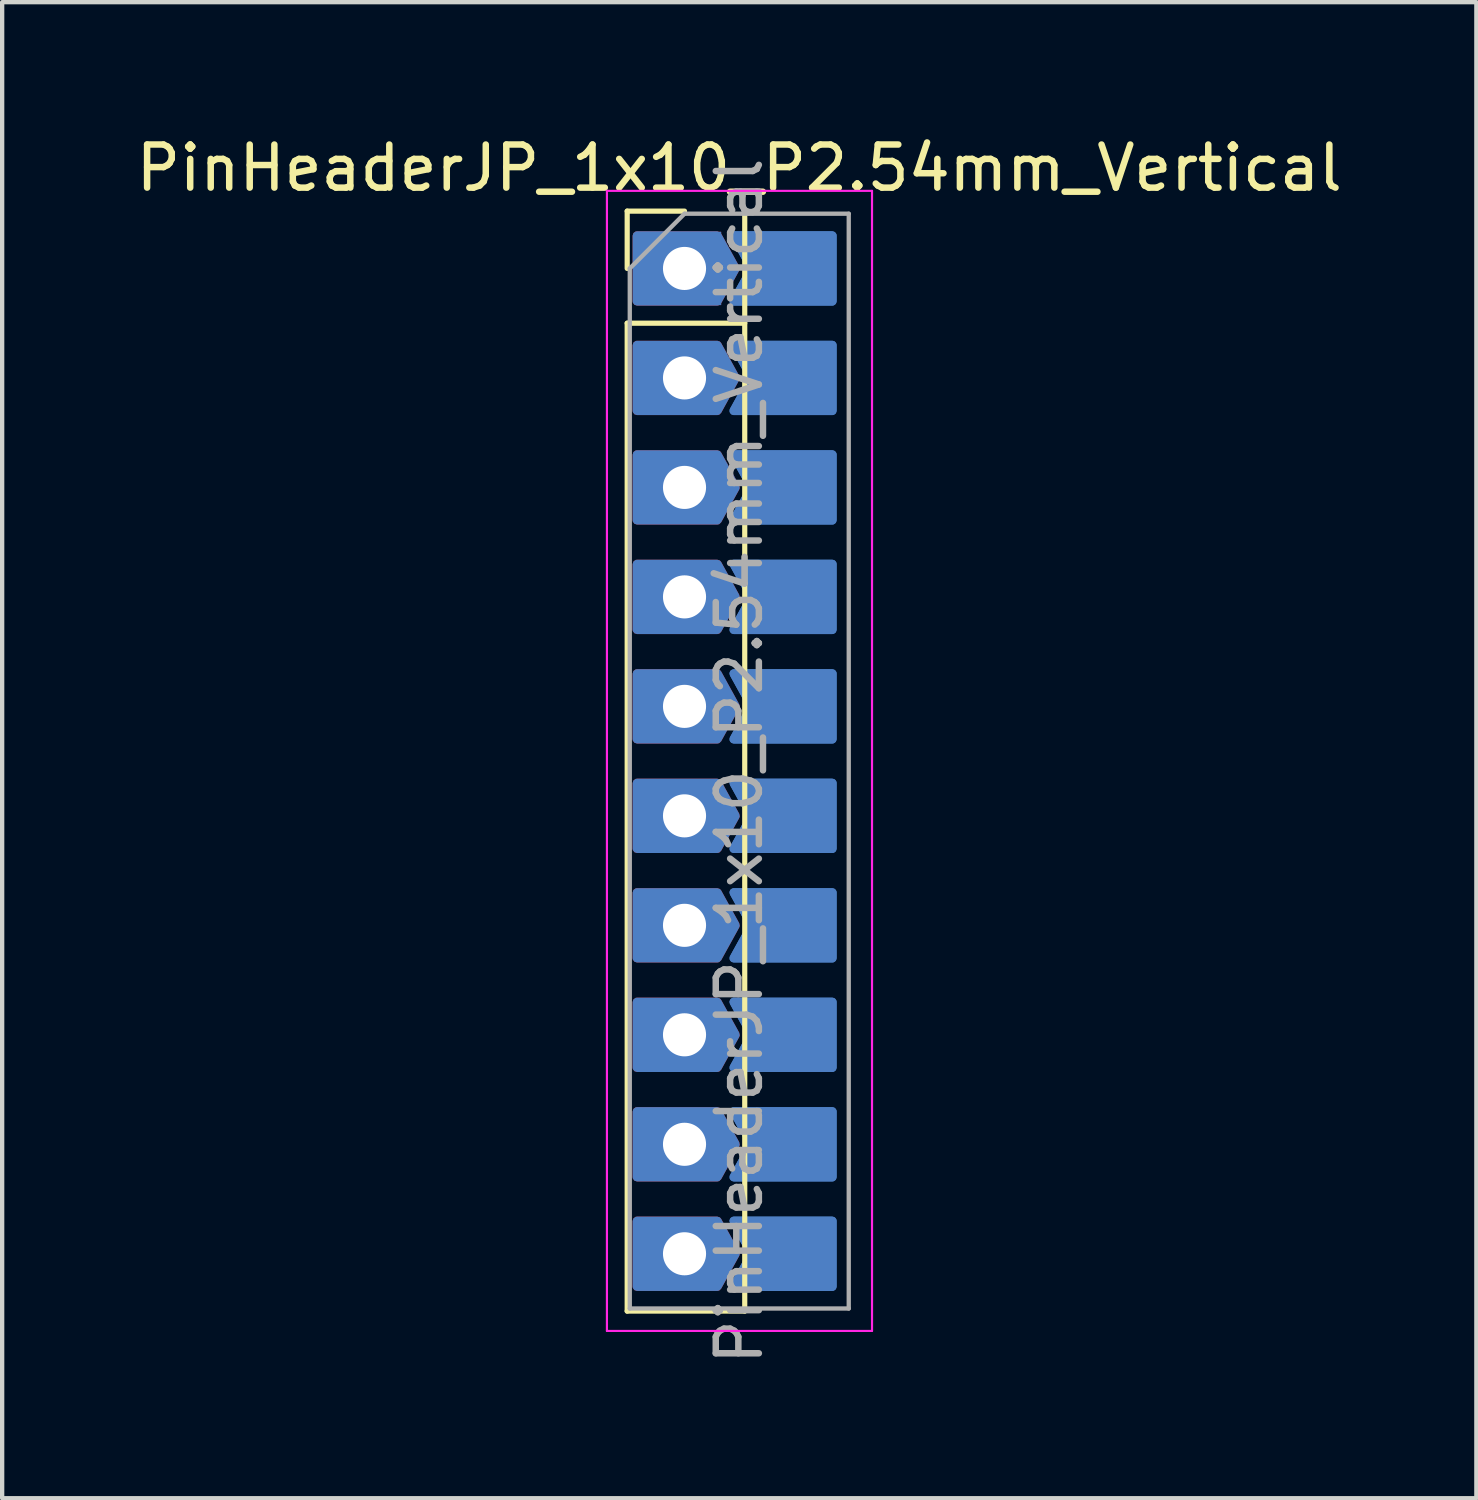
<source format=kicad_pcb>
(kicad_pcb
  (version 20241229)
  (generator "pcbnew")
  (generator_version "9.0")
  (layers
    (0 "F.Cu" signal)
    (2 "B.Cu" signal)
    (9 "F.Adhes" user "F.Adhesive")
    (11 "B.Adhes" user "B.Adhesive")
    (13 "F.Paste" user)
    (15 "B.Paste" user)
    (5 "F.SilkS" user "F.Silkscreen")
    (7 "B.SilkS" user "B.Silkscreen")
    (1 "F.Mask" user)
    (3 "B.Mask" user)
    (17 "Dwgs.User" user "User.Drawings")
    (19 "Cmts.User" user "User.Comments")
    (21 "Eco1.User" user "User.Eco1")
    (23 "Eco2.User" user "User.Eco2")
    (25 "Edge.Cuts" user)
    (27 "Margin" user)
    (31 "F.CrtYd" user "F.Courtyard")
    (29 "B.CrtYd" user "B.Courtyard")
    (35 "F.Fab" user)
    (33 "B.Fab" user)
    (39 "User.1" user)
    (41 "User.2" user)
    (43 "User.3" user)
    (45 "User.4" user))
  (footprint "PinHeaderJP_1x10_P2.54mm_Vertical"
    (layer "F.Cu")
    (at 12.831 3.178)
    (property "Reference" "PinHeaderJP_1x10_P2.54mm_Vertical" (at 1.27 -2.33 0) (layer "F.SilkS") (effects (font (size 1 1) (thickness 0.15))))
    (attr through_hole)
    (fp_poly (pts (xy 1.143 -0.762) (xy 1.563 0) (xy 1.143 0.762) (xy 3.429 0.762) (xy 3.429 -0.762)) (stroke (width 0.2) (type solid)) (fill yes) (layer "B.Cu"))
    (fp_poly (pts (xy 1.143 1.778) (xy 1.563 2.54) (xy 1.143 3.302) (xy 3.429 3.302) (xy 3.429 1.778)) (stroke (width 0.2) (type solid)) (fill yes) (layer "B.Cu"))
    (fp_poly (pts (xy 1.143 4.318) (xy 1.563 5.08) (xy 1.143 5.842) (xy 3.429 5.842) (xy 3.429 4.318)) (stroke (width 0.2) (type solid)) (fill yes) (layer "B.Cu"))
    (fp_poly (pts (xy 1.143 6.858) (xy 1.563 7.62) (xy 1.143 8.382) (xy 3.429 8.382) (xy 3.429 6.858)) (stroke (width 0.2) (type solid)) (fill yes) (layer "B.Cu"))
    (fp_poly (pts (xy 1.143 9.398) (xy 1.563 10.16) (xy 1.143 10.922) (xy 3.429 10.922) (xy 3.429 9.398)) (stroke (width 0.2) (type solid)) (fill yes) (layer "B.Cu"))
    (fp_poly (pts (xy 1.143 11.938) (xy 1.563 12.7) (xy 1.143 13.462) (xy 3.429 13.462) (xy 3.429 11.938)) (stroke (width 0.2) (type solid)) (fill yes) (layer "B.Cu"))
    (fp_poly (pts (xy 1.143 14.478) (xy 1.563 15.24) (xy 1.143 16.002) (xy 3.429 16.002) (xy 3.429 14.478)) (stroke (width 0.2) (type solid)) (fill yes) (layer "B.Cu"))
    (fp_poly (pts (xy 1.143 17.018) (xy 1.563 17.78) (xy 1.143 18.542) (xy 3.429 18.542) (xy 3.429 17.018)) (stroke (width 0.2) (type solid)) (fill yes) (layer "B.Cu"))
    (fp_poly (pts (xy 1.143 19.558) (xy 1.563 20.32) (xy 1.143 21.082) (xy 3.429 21.082) (xy 3.429 19.558)) (stroke (width 0.2) (type solid)) (fill yes) (layer "B.Cu"))
    (fp_poly (pts (xy 1.143 22.098) (xy 1.563 22.86) (xy 1.143 23.622) (xy 3.429 23.622) (xy 3.429 22.098)) (stroke (width 0.2) (type solid)) (fill yes) (layer "B.Cu"))
    (fp_line (start -1.33 -1.33) (end 0 -1.33) (stroke (width 0.12) (type solid)) (layer "F.SilkS"))
    (fp_line (start -1.33 0) (end -1.33 -1.33) (stroke (width 0.12) (type solid)) (layer "F.SilkS"))
    (fp_line (start -1.33 1.27) (end -1.33 24.19) (stroke (width 0.12) (type solid)) (layer "F.SilkS"))
    (fp_line (start -1.33 1.27) (end 1.397 1.27) (stroke (width 0.12) (type solid)) (layer "F.SilkS"))
    (fp_line (start -1.33 24.19) (end 1.397 24.19) (stroke (width 0.12) (type solid)) (layer "F.SilkS"))
    (fp_line (start 1.397 -1.33) (end 1.397 24.19) (stroke (width 0.12) (type solid)) (layer "F.SilkS"))
    (fp_line (start -1.8 -1.8) (end -1.8 24.65) (stroke (width 0.05) (type solid)) (layer "F.CrtYd"))
    (fp_line (start -1.8 24.65) (end 4.35 24.65) (stroke (width 0.05) (type solid)) (layer "F.CrtYd"))
    (fp_line (start 4.35 -1.8) (end -1.8 -1.8) (stroke (width 0.05) (type solid)) (layer "F.CrtYd"))
    (fp_line (start 4.35 24.65) (end 4.35 -1.8) (stroke (width 0.05) (type solid)) (layer "F.CrtYd"))
    (fp_line (start -1.27 0) (end 0 -1.27) (stroke (width 0.1) (type solid)) (layer "F.Fab"))
    (fp_line (start -1.27 24.13) (end -1.27 0) (stroke (width 0.1) (type solid)) (layer "F.Fab"))
    (fp_line (start 0 -1.27) (end 3.81 -1.27) (stroke (width 0.1) (type solid)) (layer "F.Fab"))
    (fp_line (start 3.81 -1.27) (end 3.81 24.13) (stroke (width 0.1) (type solid)) (layer "F.Fab"))
    (fp_line (start 3.81 24.13) (end -1.27 24.13) (stroke (width 0.1) (type solid)) (layer "F.Fab"))
    (fp_text user "${REFERENCE}" (at 1.27 11.43 90) (layer "F.Fab") (effects (font (size 1 1) (thickness 0.15))))
    (pad "1" thru_hole custom (at 0 0) (size 1.7 1.7) (drill 1) (layers "*.Cu" "*.Mask") (options (anchor rect)) (primitives (gr_poly (pts (xy -1.104 -0.762) (xy -1.104 0.762) (xy 0.762 0.762) (xy 1.182 0) (xy 0.762 -0.762)) (width 0.2) (fill yes))))
    (pad "2" smd custom (at 2.413 0) (size 1.7 1.7) (layers "B.Cu" "B.Mask" "B.Paste") (options (anchor circle)) (primitives (gr_poly (pts (xy 0.85 0) (xy 0.831 -0.177) (xy 0.777 -0.346) (xy 0.688 -0.5) (xy 0.569 -0.632) (xy 0.425 -0.736) (xy 0.263 -0.808) (xy 0.089 -0.845) (xy -0.089 -0.845) (xy -0.263 -0.808) (xy -0.425 -0.736) (xy -0.569 -0.632) (xy -0.688 -0.5) (xy -0.777 -0.346) (xy -0.831 -0.177) (xy -0.85 0) (xy -0.831 0.177) (xy -0.777 0.346) (xy -0.688 0.5) (xy -0.569 0.632) (xy -0.425 0.736) (xy -0.263 0.808) (xy -0.089 0.845) (xy 0.089 0.845) (xy 0.263 0.808) (xy 0.425 0.736) (xy 0.569 0.632) (xy 0.688 0.5) (xy 0.777 0.346) (xy 0.831 0.177) (xy 0.85 0)) (width 0) (fill yes)) (gr_poly (pts (xy -1.27 -0.762) (xy -0.85 0) (xy -1.27 0.762) (xy 1.016 0.762) (xy 1.016 -0.762)) (width 0.2) (fill yes))))
    (pad "3" thru_hole custom (at 0 2.54) (size 1.7 1.7) (drill 1) (layers "*.Cu" "*.Mask") (options (anchor circle)) (primitives (gr_poly (pts (xy 0.85 0) (xy 0.831 -0.177) (xy 0.777 -0.346) (xy 0.688 -0.5) (xy 0.569 -0.632) (xy 0.425 -0.736) (xy 0.263 -0.808) (xy 0.089 -0.845) (xy -0.089 -0.845) (xy -0.263 -0.808) (xy -0.425 -0.736) (xy -0.569 -0.632) (xy -0.688 -0.5) (xy -0.777 -0.346) (xy -0.831 -0.177) (xy -0.85 0) (xy -0.831 0.177) (xy -0.777 0.346) (xy -0.688 0.5) (xy -0.569 0.632) (xy -0.425 0.736) (xy -0.263 0.808) (xy -0.089 0.845) (xy 0.089 0.845) (xy 0.263 0.808) (xy 0.425 0.736) (xy 0.569 0.632) (xy 0.688 0.5) (xy 0.777 0.346) (xy 0.831 0.177) (xy 0.85 0)) (width 0) (fill yes)) (gr_poly (pts (xy -1.104 -0.762) (xy -1.104 0.762) (xy 0.762 0.762) (xy 1.182 0) (xy 0.762 -0.762)) (width 0.2) (fill yes))))
    (pad "4" smd custom (at 2.413 2.54) (size 1.7 1.7) (layers "B.Cu" "B.Mask" "B.Paste") (options (anchor circle)) (primitives (gr_poly (pts (xy 0.85 0) (xy 0.831 -0.177) (xy 0.777 -0.346) (xy 0.688 -0.5) (xy 0.569 -0.632) (xy 0.425 -0.736) (xy 0.263 -0.808) (xy 0.089 -0.845) (xy -0.089 -0.845) (xy -0.263 -0.808) (xy -0.425 -0.736) (xy -0.569 -0.632) (xy -0.688 -0.5) (xy -0.777 -0.346) (xy -0.831 -0.177) (xy -0.85 0) (xy -0.831 0.177) (xy -0.777 0.346) (xy -0.688 0.5) (xy -0.569 0.632) (xy -0.425 0.736) (xy -0.263 0.808) (xy -0.089 0.845) (xy 0.089 0.845) (xy 0.263 0.808) (xy 0.425 0.736) (xy 0.569 0.632) (xy 0.688 0.5) (xy 0.777 0.346) (xy 0.831 0.177) (xy 0.85 0)) (width 0) (fill yes)) (gr_poly (pts (xy -1.27 -0.762) (xy -0.85 0) (xy -1.27 0.762) (xy 1.016 0.762) (xy 1.016 -0.762)) (width 0.2) (fill yes))))
    (pad "5" thru_hole custom (at 0 5.08) (size 1.7 1.7) (drill 1) (layers "*.Cu" "*.Mask") (options (anchor circle)) (primitives (gr_poly (pts (xy 0.85 0) (xy 0.831 -0.177) (xy 0.777 -0.346) (xy 0.688 -0.5) (xy 0.569 -0.632) (xy 0.425 -0.736) (xy 0.263 -0.808) (xy 0.089 -0.845) (xy -0.089 -0.845) (xy -0.263 -0.808) (xy -0.425 -0.736) (xy -0.569 -0.632) (xy -0.688 -0.5) (xy -0.777 -0.346) (xy -0.831 -0.177) (xy -0.85 0) (xy -0.831 0.177) (xy -0.777 0.346) (xy -0.688 0.5) (xy -0.569 0.632) (xy -0.425 0.736) (xy -0.263 0.808) (xy -0.089 0.845) (xy 0.089 0.845) (xy 0.263 0.808) (xy 0.425 0.736) (xy 0.569 0.632) (xy 0.688 0.5) (xy 0.777 0.346) (xy 0.831 0.177) (xy 0.85 0)) (width 0) (fill yes)) (gr_poly (pts (xy -1.104 -0.762) (xy -1.104 0.762) (xy 0.762 0.762) (xy 1.182 0) (xy 0.762 -0.762)) (width 0.2) (fill yes))))
    (pad "6" smd custom (at 2.413 5.08) (size 1.7 1.7) (layers "B.Cu" "B.Mask" "B.Paste") (options (anchor circle)) (primitives (gr_poly (pts (xy 0.85 0) (xy 0.831 -0.177) (xy 0.777 -0.346) (xy 0.688 -0.5) (xy 0.569 -0.632) (xy 0.425 -0.736) (xy 0.263 -0.808) (xy 0.089 -0.845) (xy -0.089 -0.845) (xy -0.263 -0.808) (xy -0.425 -0.736) (xy -0.569 -0.632) (xy -0.688 -0.5) (xy -0.777 -0.346) (xy -0.831 -0.177) (xy -0.85 0) (xy -0.831 0.177) (xy -0.777 0.346) (xy -0.688 0.5) (xy -0.569 0.632) (xy -0.425 0.736) (xy -0.263 0.808) (xy -0.089 0.845) (xy 0.089 0.845) (xy 0.263 0.808) (xy 0.425 0.736) (xy 0.569 0.632) (xy 0.688 0.5) (xy 0.777 0.346) (xy 0.831 0.177) (xy 0.85 0)) (width 0) (fill yes)) (gr_poly (pts (xy -1.27 -0.762) (xy -0.85 0) (xy -1.27 0.762) (xy 1.016 0.762) (xy 1.016 -0.762)) (width 0.2) (fill yes))))
    (pad "7" thru_hole custom (at 0 7.62) (size 1.7 1.7) (drill 1) (layers "*.Cu" "*.Mask") (options (anchor circle)) (primitives (gr_poly (pts (xy 0.85 0) (xy 0.831 -0.177) (xy 0.777 -0.346) (xy 0.688 -0.5) (xy 0.569 -0.632) (xy 0.425 -0.736) (xy 0.263 -0.808) (xy 0.089 -0.845) (xy -0.089 -0.845) (xy -0.263 -0.808) (xy -0.425 -0.736) (xy -0.569 -0.632) (xy -0.688 -0.5) (xy -0.777 -0.346) (xy -0.831 -0.177) (xy -0.85 0) (xy -0.831 0.177) (xy -0.777 0.346) (xy -0.688 0.5) (xy -0.569 0.632) (xy -0.425 0.736) (xy -0.263 0.808) (xy -0.089 0.845) (xy 0.089 0.845) (xy 0.263 0.808) (xy 0.425 0.736) (xy 0.569 0.632) (xy 0.688 0.5) (xy 0.777 0.346) (xy 0.831 0.177) (xy 0.85 0)) (width 0) (fill yes)) (gr_poly (pts (xy -1.104 -0.762) (xy -1.104 0.762) (xy 0.762 0.762) (xy 1.182 0) (xy 0.762 -0.762)) (width 0.2) (fill yes))))
    (pad "8" smd custom (at 2.413 7.62) (size 1.7 1.7) (layers "B.Cu" "B.Mask" "B.Paste") (options (anchor circle)) (primitives (gr_poly (pts (xy 0.85 0) (xy 0.831 -0.177) (xy 0.777 -0.346) (xy 0.688 -0.5) (xy 0.569 -0.632) (xy 0.425 -0.736) (xy 0.263 -0.808) (xy 0.089 -0.845) (xy -0.089 -0.845) (xy -0.263 -0.808) (xy -0.425 -0.736) (xy -0.569 -0.632) (xy -0.688 -0.5) (xy -0.777 -0.346) (xy -0.831 -0.177) (xy -0.85 0) (xy -0.831 0.177) (xy -0.777 0.346) (xy -0.688 0.5) (xy -0.569 0.632) (xy -0.425 0.736) (xy -0.263 0.808) (xy -0.089 0.845) (xy 0.089 0.845) (xy 0.263 0.808) (xy 0.425 0.736) (xy 0.569 0.632) (xy 0.688 0.5) (xy 0.777 0.346) (xy 0.831 0.177) (xy 0.85 0)) (width 0) (fill yes)) (gr_poly (pts (xy -1.27 -0.762) (xy -0.85 0) (xy -1.27 0.762) (xy 1.016 0.762) (xy 1.016 -0.762)) (width 0.2) (fill yes))))
    (pad "9" thru_hole custom (at 0 10.16) (size 1.7 1.7) (drill 1) (layers "*.Cu" "*.Mask") (options (anchor circle)) (primitives (gr_poly (pts (xy 0.85 0) (xy 0.831 -0.177) (xy 0.777 -0.346) (xy 0.688 -0.5) (xy 0.569 -0.632) (xy 0.425 -0.736) (xy 0.263 -0.808) (xy 0.089 -0.845) (xy -0.089 -0.845) (xy -0.263 -0.808) (xy -0.425 -0.736) (xy -0.569 -0.632) (xy -0.688 -0.5) (xy -0.777 -0.346) (xy -0.831 -0.177) (xy -0.85 0) (xy -0.831 0.177) (xy -0.777 0.346) (xy -0.688 0.5) (xy -0.569 0.632) (xy -0.425 0.736) (xy -0.263 0.808) (xy -0.089 0.845) (xy 0.089 0.845) (xy 0.263 0.808) (xy 0.425 0.736) (xy 0.569 0.632) (xy 0.688 0.5) (xy 0.777 0.346) (xy 0.831 0.177) (xy 0.85 0)) (width 0) (fill yes)) (gr_poly (pts (xy -1.104 -0.762) (xy -1.104 0.762) (xy 0.762 0.762) (xy 1.182 0) (xy 0.762 -0.762)) (width 0.2) (fill yes))))
    (pad "10" smd custom (at 2.413 10.16) (size 1.7 1.7) (layers "B.Cu" "B.Mask" "B.Paste") (options (anchor circle)) (primitives (gr_poly (pts (xy 0.85 0) (xy 0.831 -0.177) (xy 0.777 -0.346) (xy 0.688 -0.5) (xy 0.569 -0.632) (xy 0.425 -0.736) (xy 0.263 -0.808) (xy 0.089 -0.845) (xy -0.089 -0.845) (xy -0.263 -0.808) (xy -0.425 -0.736) (xy -0.569 -0.632) (xy -0.688 -0.5) (xy -0.777 -0.346) (xy -0.831 -0.177) (xy -0.85 0) (xy -0.831 0.177) (xy -0.777 0.346) (xy -0.688 0.5) (xy -0.569 0.632) (xy -0.425 0.736) (xy -0.263 0.808) (xy -0.089 0.845) (xy 0.089 0.845) (xy 0.263 0.808) (xy 0.425 0.736) (xy 0.569 0.632) (xy 0.688 0.5) (xy 0.777 0.346) (xy 0.831 0.177) (xy 0.85 0)) (width 0) (fill yes)) (gr_poly (pts (xy -1.27 -0.762) (xy -0.85 0) (xy -1.27 0.762) (xy 1.016 0.762) (xy 1.016 -0.762)) (width 0.2) (fill yes))))
    (pad "11" thru_hole custom (at 0 12.7) (size 1.7 1.7) (drill 1) (layers "*.Cu" "*.Mask") (options (anchor circle)) (primitives (gr_poly (pts (xy 0.85 0) (xy 0.831 -0.177) (xy 0.777 -0.346) (xy 0.688 -0.5) (xy 0.569 -0.632) (xy 0.425 -0.736) (xy 0.263 -0.808) (xy 0.089 -0.845) (xy -0.089 -0.845) (xy -0.263 -0.808) (xy -0.425 -0.736) (xy -0.569 -0.632) (xy -0.688 -0.5) (xy -0.777 -0.346) (xy -0.831 -0.177) (xy -0.85 0) (xy -0.831 0.177) (xy -0.777 0.346) (xy -0.688 0.5) (xy -0.569 0.632) (xy -0.425 0.736) (xy -0.263 0.808) (xy -0.089 0.845) (xy 0.089 0.845) (xy 0.263 0.808) (xy 0.425 0.736) (xy 0.569 0.632) (xy 0.688 0.5) (xy 0.777 0.346) (xy 0.831 0.177) (xy 0.85 0)) (width 0) (fill yes)) (gr_poly (pts (xy -1.104 -0.762) (xy -1.104 0.762) (xy 0.762 0.762) (xy 1.182 0) (xy 0.762 -0.762)) (width 0.2) (fill yes))))
    (pad "12" smd custom (at 2.413 12.7) (size 1.7 1.7) (layers "B.Cu" "B.Mask" "B.Paste") (options (anchor circle)) (primitives (gr_poly (pts (xy 0.85 0) (xy 0.831 -0.177) (xy 0.777 -0.346) (xy 0.688 -0.5) (xy 0.569 -0.632) (xy 0.425 -0.736) (xy 0.263 -0.808) (xy 0.089 -0.845) (xy -0.089 -0.845) (xy -0.263 -0.808) (xy -0.425 -0.736) (xy -0.569 -0.632) (xy -0.688 -0.5) (xy -0.777 -0.346) (xy -0.831 -0.177) (xy -0.85 0) (xy -0.831 0.177) (xy -0.777 0.346) (xy -0.688 0.5) (xy -0.569 0.632) (xy -0.425 0.736) (xy -0.263 0.808) (xy -0.089 0.845) (xy 0.089 0.845) (xy 0.263 0.808) (xy 0.425 0.736) (xy 0.569 0.632) (xy 0.688 0.5) (xy 0.777 0.346) (xy 0.831 0.177) (xy 0.85 0)) (width 0) (fill yes)) (gr_poly (pts (xy -1.27 -0.762) (xy -0.85 0) (xy -1.27 0.762) (xy 1.016 0.762) (xy 1.016 -0.762)) (width 0.2) (fill yes))))
    (pad "13" thru_hole custom (at 0 15.24) (size 1.7 1.7) (drill 1) (layers "*.Cu" "*.Mask") (options (anchor circle)) (primitives (gr_poly (pts (xy 0.85 0) (xy 0.831 -0.177) (xy 0.777 -0.346) (xy 0.688 -0.5) (xy 0.569 -0.632) (xy 0.425 -0.736) (xy 0.263 -0.808) (xy 0.089 -0.845) (xy -0.089 -0.845) (xy -0.263 -0.808) (xy -0.425 -0.736) (xy -0.569 -0.632) (xy -0.688 -0.5) (xy -0.777 -0.346) (xy -0.831 -0.177) (xy -0.85 0) (xy -0.831 0.177) (xy -0.777 0.346) (xy -0.688 0.5) (xy -0.569 0.632) (xy -0.425 0.736) (xy -0.263 0.808) (xy -0.089 0.845) (xy 0.089 0.845) (xy 0.263 0.808) (xy 0.425 0.736) (xy 0.569 0.632) (xy 0.688 0.5) (xy 0.777 0.346) (xy 0.831 0.177) (xy 0.85 0)) (width 0) (fill yes)) (gr_poly (pts (xy -1.104 -0.762) (xy -1.104 0.762) (xy 0.762 0.762) (xy 1.182 0) (xy 0.762 -0.762)) (width 0.2) (fill yes))))
    (pad "14" smd custom (at 2.413 15.24) (size 1.7 1.7) (layers "B.Cu" "B.Mask" "B.Paste") (options (anchor circle)) (primitives (gr_poly (pts (xy 0.85 0) (xy 0.831 -0.177) (xy 0.777 -0.346) (xy 0.688 -0.5) (xy 0.569 -0.632) (xy 0.425 -0.736) (xy 0.263 -0.808) (xy 0.089 -0.845) (xy -0.089 -0.845) (xy -0.263 -0.808) (xy -0.425 -0.736) (xy -0.569 -0.632) (xy -0.688 -0.5) (xy -0.777 -0.346) (xy -0.831 -0.177) (xy -0.85 0) (xy -0.831 0.177) (xy -0.777 0.346) (xy -0.688 0.5) (xy -0.569 0.632) (xy -0.425 0.736) (xy -0.263 0.808) (xy -0.089 0.845) (xy 0.089 0.845) (xy 0.263 0.808) (xy 0.425 0.736) (xy 0.569 0.632) (xy 0.688 0.5) (xy 0.777 0.346) (xy 0.831 0.177) (xy 0.85 0)) (width 0) (fill yes)) (gr_poly (pts (xy -1.27 -0.762) (xy -0.85 0) (xy -1.27 0.762) (xy 1.016 0.762) (xy 1.016 -0.762)) (width 0.2) (fill yes))))
    (pad "15" thru_hole custom (at 0 17.78) (size 1.7 1.7) (drill 1) (layers "*.Cu" "*.Mask") (options (anchor circle)) (primitives (gr_poly (pts (xy 0.85 0) (xy 0.831 -0.177) (xy 0.777 -0.346) (xy 0.688 -0.5) (xy 0.569 -0.632) (xy 0.425 -0.736) (xy 0.263 -0.808) (xy 0.089 -0.845) (xy -0.089 -0.845) (xy -0.263 -0.808) (xy -0.425 -0.736) (xy -0.569 -0.632) (xy -0.688 -0.5) (xy -0.777 -0.346) (xy -0.831 -0.177) (xy -0.85 0) (xy -0.831 0.177) (xy -0.777 0.346) (xy -0.688 0.5) (xy -0.569 0.632) (xy -0.425 0.736) (xy -0.263 0.808) (xy -0.089 0.845) (xy 0.089 0.845) (xy 0.263 0.808) (xy 0.425 0.736) (xy 0.569 0.632) (xy 0.688 0.5) (xy 0.777 0.346) (xy 0.831 0.177) (xy 0.85 0)) (width 0) (fill yes)) (gr_poly (pts (xy -1.104 -0.762) (xy -1.104 0.762) (xy 0.762 0.762) (xy 1.182 0) (xy 0.762 -0.762)) (width 0.2) (fill yes))))
    (pad "16" smd custom (at 2.413 17.78) (size 1.7 1.7) (layers "B.Cu" "B.Mask" "B.Paste") (options (anchor circle)) (primitives (gr_poly (pts (xy 0.85 0) (xy 0.831 -0.177) (xy 0.777 -0.346) (xy 0.688 -0.5) (xy 0.569 -0.632) (xy 0.425 -0.736) (xy 0.263 -0.808) (xy 0.089 -0.845) (xy -0.089 -0.845) (xy -0.263 -0.808) (xy -0.425 -0.736) (xy -0.569 -0.632) (xy -0.688 -0.5) (xy -0.777 -0.346) (xy -0.831 -0.177) (xy -0.85 0) (xy -0.831 0.177) (xy -0.777 0.346) (xy -0.688 0.5) (xy -0.569 0.632) (xy -0.425 0.736) (xy -0.263 0.808) (xy -0.089 0.845) (xy 0.089 0.845) (xy 0.263 0.808) (xy 0.425 0.736) (xy 0.569 0.632) (xy 0.688 0.5) (xy 0.777 0.346) (xy 0.831 0.177) (xy 0.85 0)) (width 0) (fill yes)) (gr_poly (pts (xy -1.27 -0.762) (xy -0.85 0) (xy -1.27 0.762) (xy 1.016 0.762) (xy 1.016 -0.762)) (width 0.2) (fill yes))))
    (pad "17" thru_hole custom (at 0 20.32) (size 1.7 1.7) (drill 1) (layers "*.Cu" "*.Mask") (options (anchor circle)) (primitives (gr_poly (pts (xy 0.85 0) (xy 0.831 -0.177) (xy 0.777 -0.346) (xy 0.688 -0.5) (xy 0.569 -0.632) (xy 0.425 -0.736) (xy 0.263 -0.808) (xy 0.089 -0.845) (xy -0.089 -0.845) (xy -0.263 -0.808) (xy -0.425 -0.736) (xy -0.569 -0.632) (xy -0.688 -0.5) (xy -0.777 -0.346) (xy -0.831 -0.177) (xy -0.85 0) (xy -0.831 0.177) (xy -0.777 0.346) (xy -0.688 0.5) (xy -0.569 0.632) (xy -0.425 0.736) (xy -0.263 0.808) (xy -0.089 0.845) (xy 0.089 0.845) (xy 0.263 0.808) (xy 0.425 0.736) (xy 0.569 0.632) (xy 0.688 0.5) (xy 0.777 0.346) (xy 0.831 0.177) (xy 0.85 0)) (width 0) (fill yes)) (gr_poly (pts (xy -1.104 -0.762) (xy -1.104 0.762) (xy 0.762 0.762) (xy 1.182 0) (xy 0.762 -0.762)) (width 0.2) (fill yes))))
    (pad "18" smd custom (at 2.413 20.32) (size 1.7 1.7) (layers "B.Cu" "B.Mask" "B.Paste") (options (anchor circle)) (primitives (gr_poly (pts (xy 0.85 0) (xy 0.831 -0.177) (xy 0.777 -0.346) (xy 0.688 -0.5) (xy 0.569 -0.632) (xy 0.425 -0.736) (xy 0.263 -0.808) (xy 0.089 -0.845) (xy -0.089 -0.845) (xy -0.263 -0.808) (xy -0.425 -0.736) (xy -0.569 -0.632) (xy -0.688 -0.5) (xy -0.777 -0.346) (xy -0.831 -0.177) (xy -0.85 0) (xy -0.831 0.177) (xy -0.777 0.346) (xy -0.688 0.5) (xy -0.569 0.632) (xy -0.425 0.736) (xy -0.263 0.808) (xy -0.089 0.845) (xy 0.089 0.845) (xy 0.263 0.808) (xy 0.425 0.736) (xy 0.569 0.632) (xy 0.688 0.5) (xy 0.777 0.346) (xy 0.831 0.177) (xy 0.85 0)) (width 0) (fill yes)) (gr_poly (pts (xy -1.27 -0.762) (xy -0.85 0) (xy -1.27 0.762) (xy 1.016 0.762) (xy 1.016 -0.762)) (width 0.2) (fill yes))))
    (pad "19" thru_hole custom (at 0 22.86) (size 1.7 1.7) (drill 1) (layers "*.Cu" "*.Mask") (options (anchor circle)) (primitives (gr_poly (pts (xy 0.85 0) (xy 0.831 -0.177) (xy 0.777 -0.346) (xy 0.688 -0.5) (xy 0.569 -0.632) (xy 0.425 -0.736) (xy 0.263 -0.808) (xy 0.089 -0.845) (xy -0.089 -0.845) (xy -0.263 -0.808) (xy -0.425 -0.736) (xy -0.569 -0.632) (xy -0.688 -0.5) (xy -0.777 -0.346) (xy -0.831 -0.177) (xy -0.85 0) (xy -0.831 0.177) (xy -0.777 0.346) (xy -0.688 0.5) (xy -0.569 0.632) (xy -0.425 0.736) (xy -0.263 0.808) (xy -0.089 0.845) (xy 0.089 0.845) (xy 0.263 0.808) (xy 0.425 0.736) (xy 0.569 0.632) (xy 0.688 0.5) (xy 0.777 0.346) (xy 0.831 0.177) (xy 0.85 0)) (width 0) (fill yes)) (gr_poly (pts (xy -1.104 -0.762) (xy -1.104 0.762) (xy 0.762 0.762) (xy 1.182 0) (xy 0.762 -0.762)) (width 0.2) (fill yes))))
    (pad "20" smd custom (at 2.413 22.86) (size 1.7 1.7) (layers "B.Cu" "B.Mask" "B.Paste") (options (anchor circle)) (primitives (gr_poly (pts (xy 0.85 0) (xy 0.831 -0.177) (xy 0.777 -0.346) (xy 0.688 -0.5) (xy 0.569 -0.632) (xy 0.425 -0.736) (xy 0.263 -0.808) (xy 0.089 -0.845) (xy -0.089 -0.845) (xy -0.263 -0.808) (xy -0.425 -0.736) (xy -0.569 -0.632) (xy -0.688 -0.5) (xy -0.777 -0.346) (xy -0.831 -0.177) (xy -0.85 0) (xy -0.831 0.177) (xy -0.777 0.346) (xy -0.688 0.5) (xy -0.569 0.632) (xy -0.425 0.736) (xy -0.263 0.808) (xy -0.089 0.845) (xy 0.089 0.845) (xy 0.263 0.808) (xy 0.425 0.736) (xy 0.569 0.632) (xy 0.688 0.5) (xy 0.777 0.346) (xy 0.831 0.177) (xy 0.85 0)) (width 0) (fill yes)) (gr_poly (pts (xy -1.27 -0.762) (xy -0.85 0) (xy -1.27 0.762) (xy 1.016 0.762) (xy 1.016 -0.762)) (width 0.2) (fill yes)))))
  (gr_rect
    (start -3 -3)
    (end 31.202 31.709)
    (stroke (width 0.1) (type default))
    (fill no)
    (layer "Edge.Cuts")))
</source>
